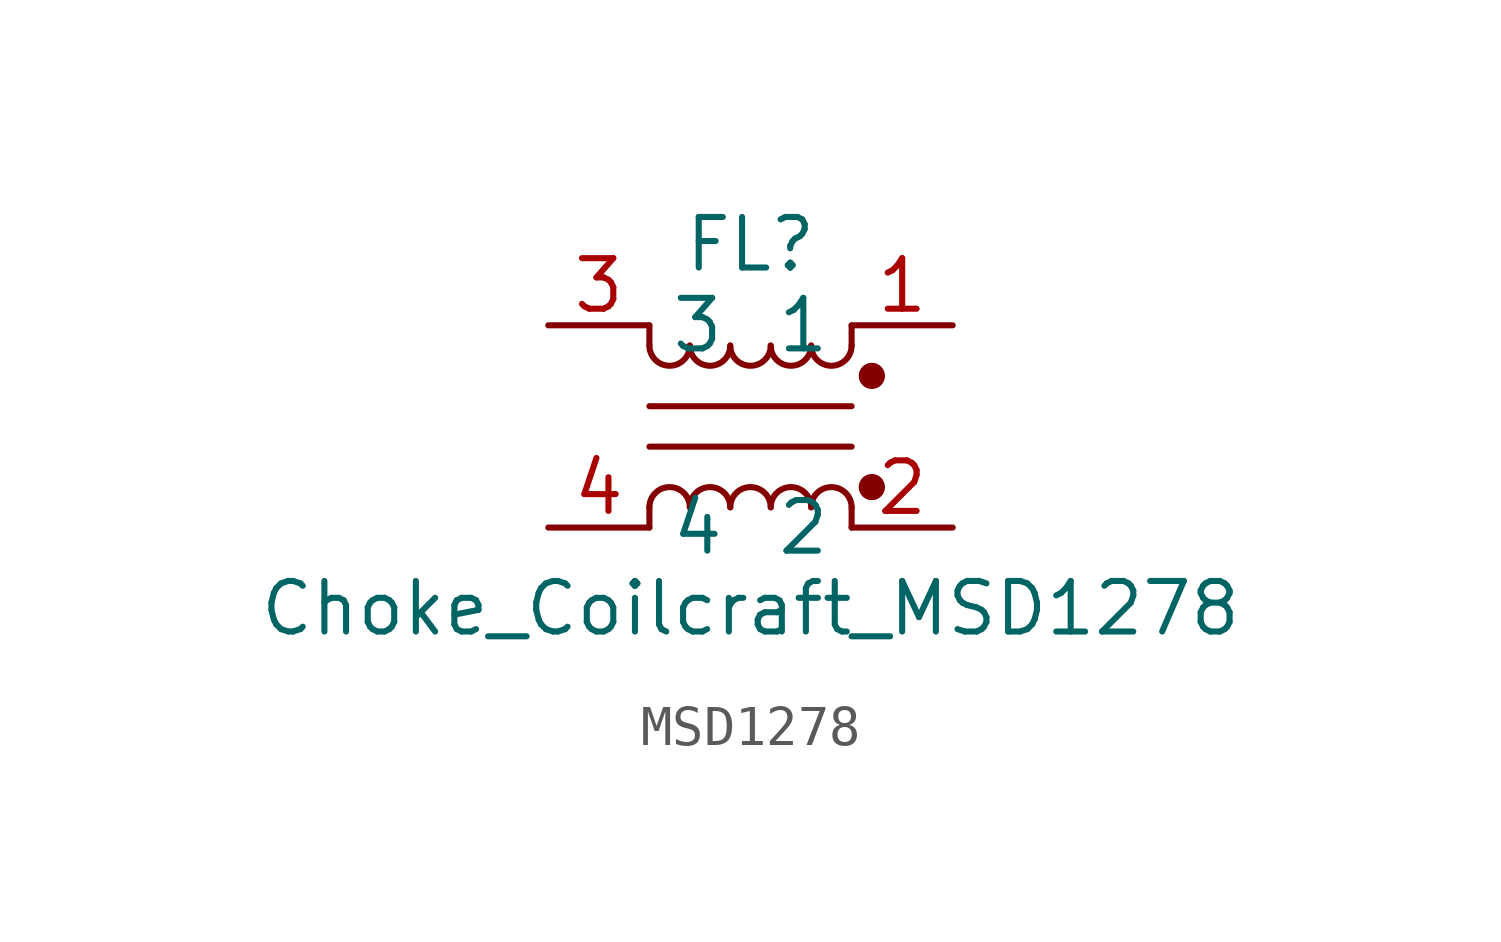
<source format=kicad_sym>
(kicad_symbol_lib
  (version 20231120)
  (generator "kicad_symbol_editor")
  (generator_version "8.0")
  (symbol "MSD1278"
    (property "Reference" "FL"
      (at 0 4.572 0)
      (effects (font (size 1.27 1.27))))
    (property "Value" "Choke_Coilcraft_MSD1278"
      (at 0 -4.572 0)
      (effects (font (size 1.27 1.27))))
    (symbol "MSD1278_0_1"
      (arc (start -2.54 2.032) (mid -2.032 1.5262) (end -1.524 2.032) (stroke (width 0) (type default)) (fill (type none)))
      (arc (start -1.524 -2.032) (mid -2.032 -1.5262) (end -2.54 -2.032) (stroke (width 0) (type default)) (fill (type none)))
      (arc (start -1.524 2.032) (mid -1.016 1.5262) (end -0.508 2.032) (stroke (width 0) (type default)) (fill (type none)))
      (arc (start -0.508 -2.032) (mid -1.016 -1.5262) (end -1.524 -2.032) (stroke (width 0) (type default)) (fill (type none)))
      (arc (start -0.508 2.032) (mid 0 1.5262) (end 0.508 2.032) (stroke (width 0) (type default)) (fill (type none)))
      (polyline (pts (xy -2.54 -2.54) (xy -2.54 -2.032)) (stroke (width 0) (type default)) (fill (type none)))
      (polyline (pts (xy -2.54 0.508) (xy 2.54 0.508)) (stroke (width 0) (type default)) (fill (type none)))
      (polyline (pts (xy -2.54 2.032) (xy -2.54 2.54)) (stroke (width 0) (type default)) (fill (type none)))
      (polyline (pts (xy 2.54 -2.032) (xy 2.54 -2.54)) (stroke (width 0) (type default)) (fill (type none)))
      (polyline (pts (xy 2.54 -0.508) (xy -2.54 -0.508)) (stroke (width 0) (type default)) (fill (type none)))
      (polyline (pts (xy 2.54 2.032) (xy 2.54 2.54)) (stroke (width 0) (type default)) (fill (type none)))
      (arc (start 0.508 -2.032) (mid 0 -1.5262) (end -0.508 -2.032) (stroke (width 0) (type default)) (fill (type none)))
      (arc (start 0.508 2.032) (mid 1.016 1.5262) (end 1.524 2.032) (stroke (width 0) (type default)) (fill (type none)))
      (arc (start 1.524 -2.032) (mid 1.016 -1.5262) (end 0.508 -2.032) (stroke (width 0) (type default)) (fill (type none)))
      (arc (start 1.524 2.032) (mid 2.032 1.5262) (end 2.54 2.032) (stroke (width 0) (type default)) (fill (type none)))
      (arc (start 2.54 -2.032) (mid 2.032 -1.5262) (end 1.524 -2.032) (stroke (width 0) (type default)) (fill (type none)))
      (circle (center 3.048 -1.524) (radius 0.254) (stroke (width 0) (type default)) (fill (type outline)))
      (circle (center 3.048 1.27) (radius 0.254) (stroke (width 0) (type default)) (fill (type outline))))
    (symbol "MSD1278_1_1"
      (pin passive line (at 5.08 2.54 180) (length 2.54) (name "1" (effects (font (size 1.27 1.27)))) (number "1" (effects (font (size 1.27 1.27)))))
      (pin passive line (at 5.08 -2.54 180) (length 2.54) (name "2" (effects (font (size 1.27 1.27)))) (number "2" (effects (font (size 1.27 1.27)))))
      (pin passive line (at -5.08 2.54 0) (length 2.54) (name "3" (effects (font (size 1.27 1.27)))) (number "3" (effects (font (size 1.27 1.27)))))
      (pin passive line (at -5.08 -2.54 0) (length 2.54) (name "4" (effects (font (size 1.27 1.27)))) (number "4" (effects (font (size 1.27 1.27))))))))
</source>
